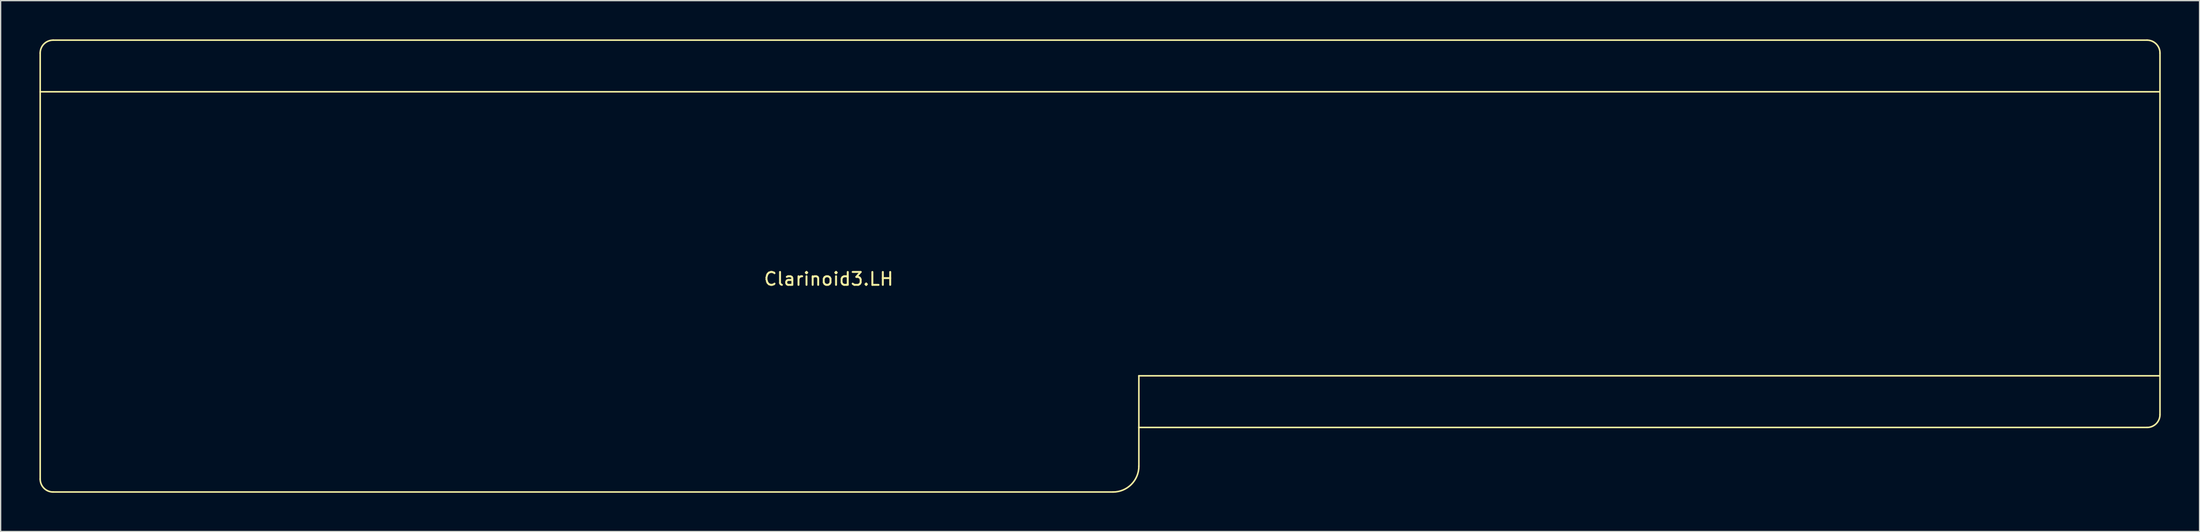
<source format=kicad_pcb>
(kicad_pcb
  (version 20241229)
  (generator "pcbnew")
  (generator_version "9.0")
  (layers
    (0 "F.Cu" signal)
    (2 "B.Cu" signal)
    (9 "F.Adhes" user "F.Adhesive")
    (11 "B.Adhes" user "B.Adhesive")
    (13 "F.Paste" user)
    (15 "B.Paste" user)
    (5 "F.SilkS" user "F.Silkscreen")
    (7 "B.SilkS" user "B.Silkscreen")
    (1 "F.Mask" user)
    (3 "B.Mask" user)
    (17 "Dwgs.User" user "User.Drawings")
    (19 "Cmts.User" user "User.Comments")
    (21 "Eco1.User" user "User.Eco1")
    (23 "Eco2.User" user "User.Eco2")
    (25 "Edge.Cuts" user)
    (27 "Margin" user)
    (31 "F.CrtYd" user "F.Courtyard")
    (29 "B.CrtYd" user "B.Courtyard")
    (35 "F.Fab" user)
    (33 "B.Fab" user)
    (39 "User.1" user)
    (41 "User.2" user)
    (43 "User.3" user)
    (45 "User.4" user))
  (footprint "Clarinoid3.LH"
    (layer "F.Cu")
    (at 61.06 18.06)
    (property "Reference" "Clarinoid3.LH" (at 0 0.5 0) (layer "F.SilkS") (effects (font (size 1 1) (thickness 0.15))))
    (attr through_hole)
    (fp_line (start -61 -17) (end -61 16) (stroke (width 0.12) (type solid)) (layer "F.SilkS"))
    (fp_line (start -61 -14) (end 103 -14) (stroke (width 0.12) (type solid)) (layer "F.SilkS"))
    (fp_line (start -60 17) (end 22 17) (stroke (width 0.12) (type solid)) (layer "F.SilkS"))
    (fp_line (start 24 8) (end 103 8) (stroke (width 0.12) (type solid)) (layer "F.SilkS"))
    (fp_line (start 24 12) (end 24 8) (stroke (width 0.12) (type solid)) (layer "F.SilkS"))
    (fp_line (start 24 12) (end 102 12) (stroke (width 0.12) (type solid)) (layer "F.SilkS"))
    (fp_line (start 24 15) (end 24 12) (stroke (width 0.12) (type solid)) (layer "F.SilkS"))
    (fp_line (start 102 -18) (end -60 -18) (stroke (width 0.12) (type solid)) (layer "F.SilkS"))
    (fp_line (start 103 11) (end 103 -17) (stroke (width 0.12) (type solid)) (layer "F.SilkS"))
    (fp_arc (start -61 -17) (mid -60.707107 -17.707107) (end -60 -18) (stroke (width 0.12) (type solid)) (layer "F.SilkS"))
    (fp_arc (start -60 17) (mid -60.707107 16.707107) (end -61 16) (stroke (width 0.12) (type solid)) (layer "F.SilkS"))
    (fp_arc (start 24 15) (mid 23.414214 16.414214) (end 22 17) (stroke (width 0.12) (type solid)) (layer "F.SilkS"))
    (fp_arc (start 102 -18) (mid 102.707107 -17.707107) (end 103 -17) (stroke (width 0.12) (type solid)) (layer "F.SilkS"))
    (fp_arc (start 103 11) (mid 102.707107 11.707107) (end 102 12) (stroke (width 0.12) (type solid)) (layer "F.SilkS")))
  (gr_rect
    (start -3 -3)
    (end 167.12 38.12)
    (stroke (width 0.1) (type default))
    (fill no)
    (layer "Edge.Cuts")))
</source>
